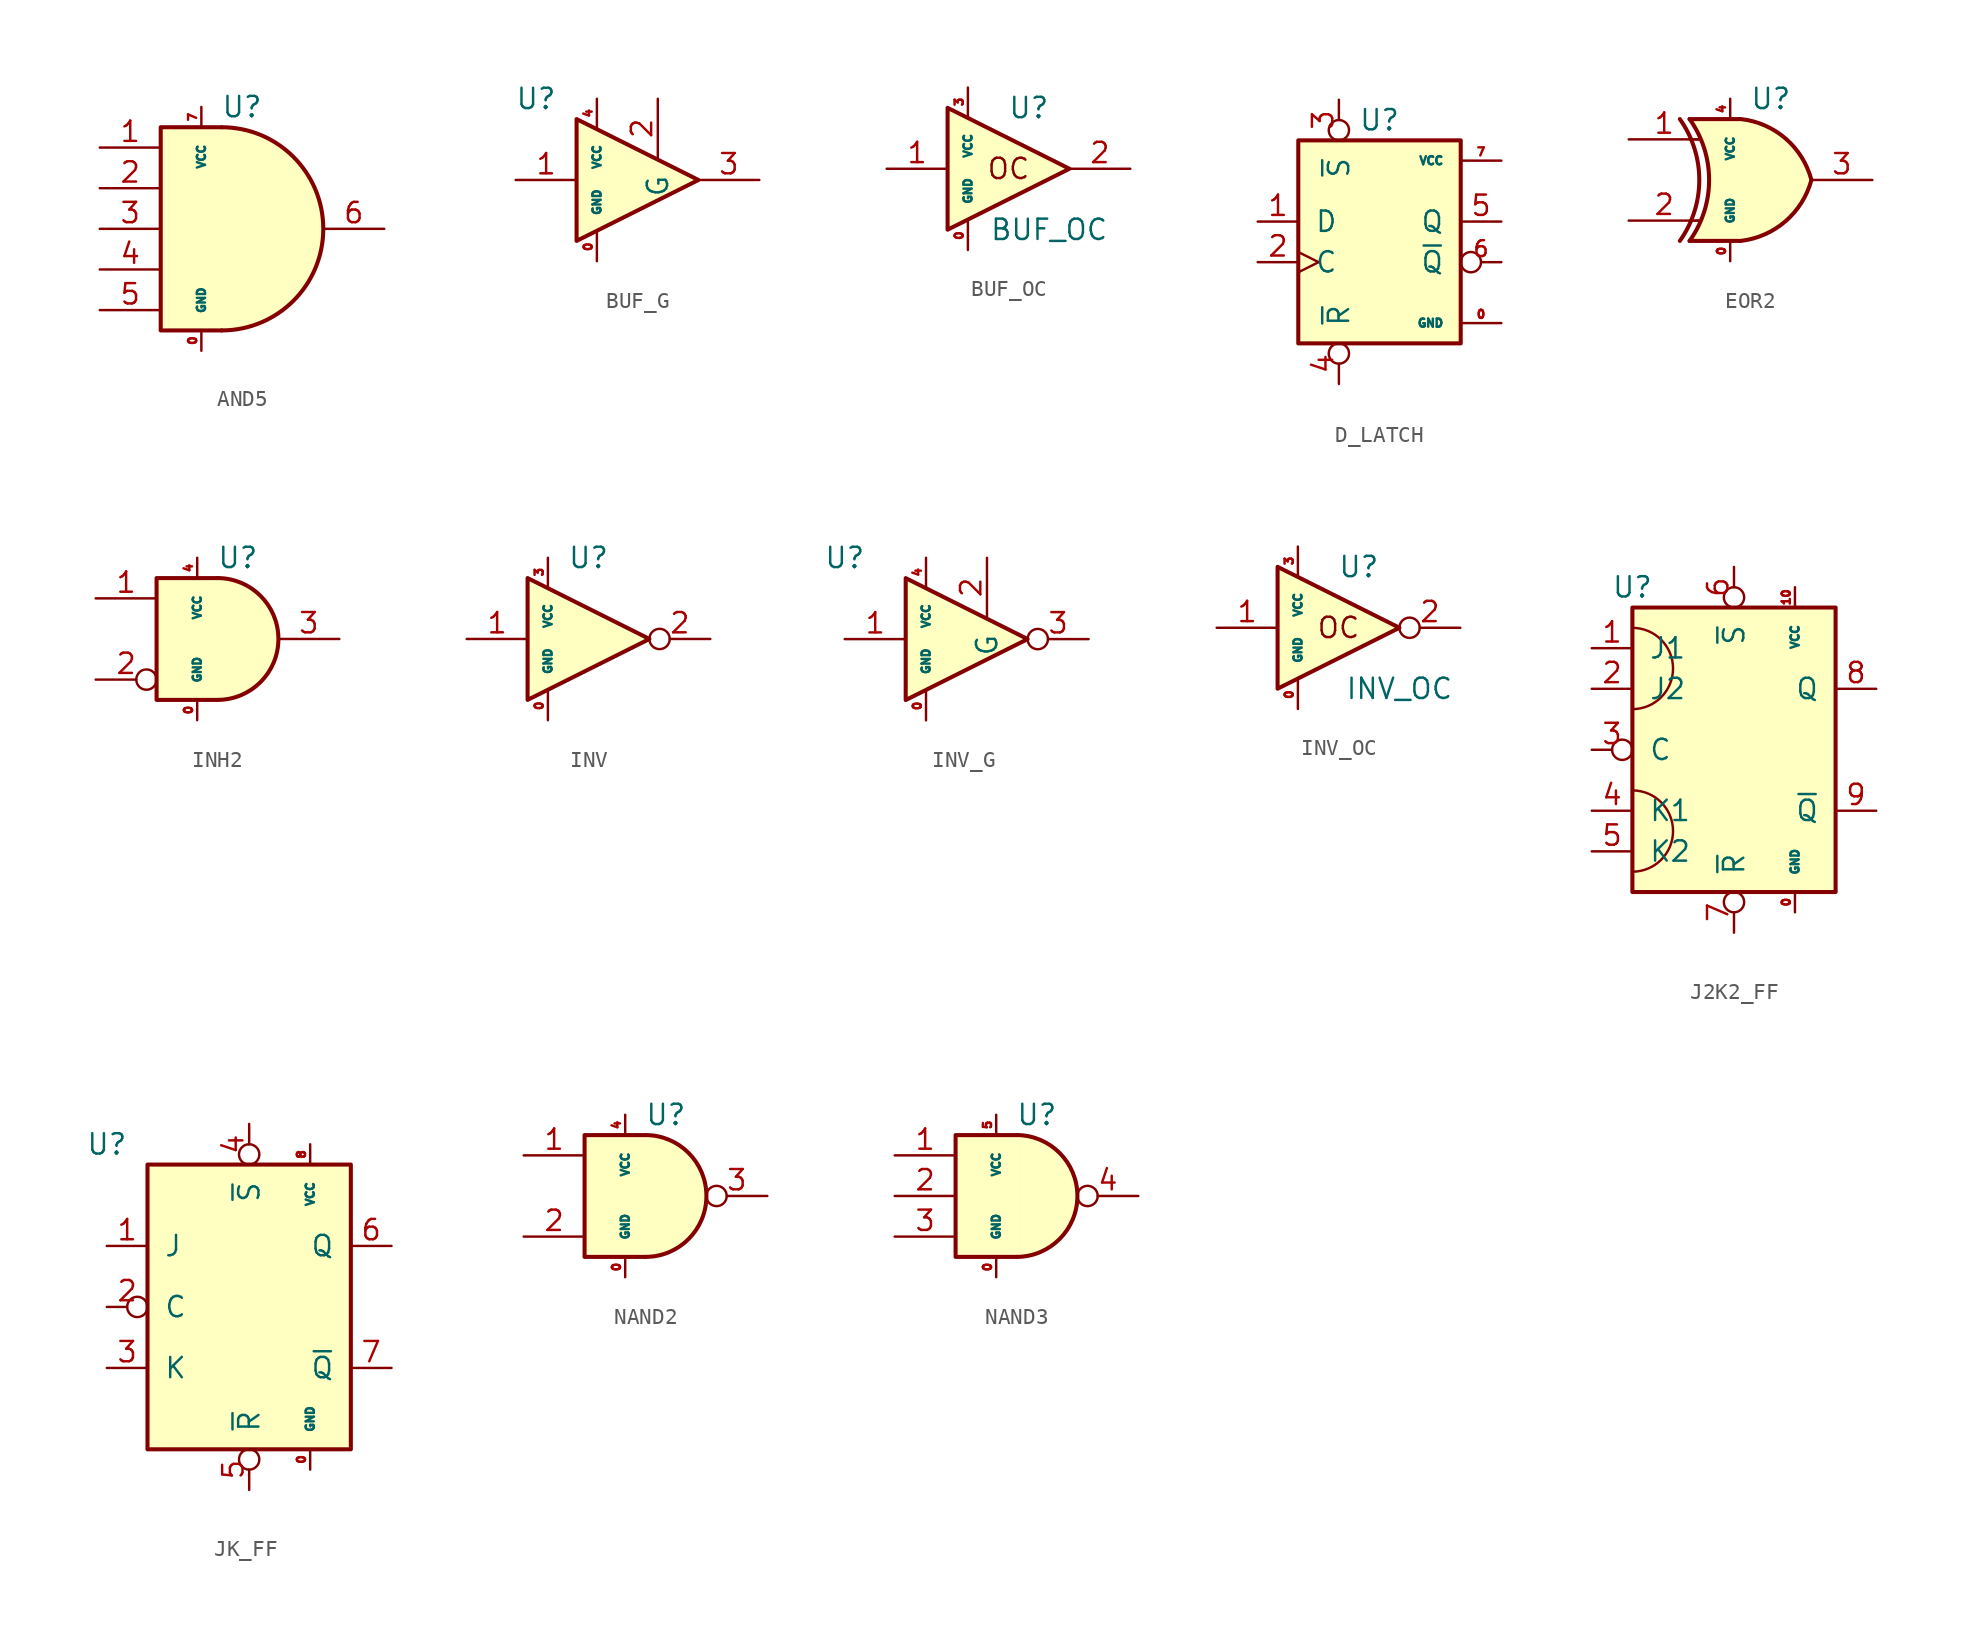
<source format=kicad_sym>
(kicad_symbol_lib
  (version 20231120)
  (generator "kicad_symbol_editor")
  (generator_version "8.0")
  (symbol "AND5"
    (pin_names
      (offset 1.016))
    (property "Reference" "U"
      (at 2.54 7.62 0)
      (effects (font (size 1.27 1.27))))
    (symbol "AND5_1_1"
      (polyline (pts (xy 1.27 6.35) (xy -2.54 6.35) (xy -2.54 -6.35) (xy 1.27 -6.35)) (stroke (width 0.254) (type solid)) (fill (type background)))
      (arc (start 1.27 -6.35) (mid 7.62 0) (end 1.27 6.35) (stroke (width 0.254) (type solid)) (fill (type background)))
      (pin input line (at 0 -7.62 90) (length 1.27) (name "GND" (effects (font (size 0.508 0.508)))) (number "0" (effects (font (size 0.508 0.508)))))
      (pin input line (at -6.35 5.08 0) (length 3.81) (name "~" (effects (font (size 1.27 1.27)))) (number "1" (effects (font (size 1.27 1.27)))))
      (pin input line (at -6.35 2.54 0) (length 3.81) (name "~" (effects (font (size 1.27 1.27)))) (number "2" (effects (font (size 1.27 1.27)))))
      (pin input line (at -6.35 0 0) (length 3.81) (name "~" (effects (font (size 1.27 1.27)))) (number "3" (effects (font (size 1.27 1.27)))))
      (pin input line (at -6.35 -2.54 0) (length 3.81) (name "~" (effects (font (size 1.27 1.27)))) (number "4" (effects (font (size 1.27 1.27)))))
      (pin input line (at -6.35 -5.08 0) (length 3.81) (name "~" (effects (font (size 1.27 1.27)))) (number "5" (effects (font (size 1.27 1.27)))))
      (pin output line (at 11.43 0 180) (length 3.81) (name "~" (effects (font (size 1.27 1.27)))) (number "6" (effects (font (size 1.27 1.27)))))
      (pin input line (at 0 7.62 270) (length 1.27) (name "VCC" (effects (font (size 0.508 0.508)))) (number "7" (effects (font (size 0.508 0.508)))))))
  (symbol "BUF_G"
    (pin_names
      (offset 1.016))
    (property "Reference" "U"
      (at -3.81 5.08 0)
      (effects (font (size 1.27 1.27))))
    (symbol "BUF_G_1_1"
      (polyline (pts (xy -1.27 3.81) (xy -1.27 -3.81) (xy 6.35 0) (xy -1.27 3.81)) (stroke (width 0.254) (type solid)) (fill (type background)))
      (pin input line (at 0 -5.08 90) (length 1.803) (name "GND" (effects (font (size 0.508 0.508)))) (number "0" (effects (font (size 0.508 0.508)))))
      (pin input line (at -5.08 0 0) (length 3.81) (name "~" (effects (font (size 1.27 1.27)))) (number "1" (effects (font (size 1.27 1.27)))))
      (pin input line (at 3.81 5.08 270) (length 3.708) (name "G" (effects (font (size 1.27 1.27)))) (number "2" (effects (font (size 1.27 1.27)))))
      (pin output line (at 10.16 0 180) (length 3.81) (name "~" (effects (font (size 1.27 1.27)))) (number "3" (effects (font (size 1.27 1.27)))))
      (pin input line (at 0 5.08 270) (length 1.803) (name "VCC" (effects (font (size 0.508 0.508)))) (number "4" (effects (font (size 0.508 0.508)))))))
  (symbol "BUF_OC"
    (pin_names
      (offset 1.016))
    (property "Reference" "U"
      (at 1.27 3.81 0)
      (effects (font (size 1.27 1.27))))
    (property "Value" "BUF_OC"
      (at 2.54 -3.81 0)
      (effects (font (size 1.27 1.27))))
    (symbol "BUF_OC_0_0"
      (text "OC" (at 0 0 0) (effects (font (size 1.27 1.27)))))
    (symbol "BUF_OC_1_1"
      (polyline (pts (xy -3.81 3.81) (xy -3.81 -3.81) (xy 3.81 0) (xy -3.81 3.81)) (stroke (width 0.254) (type solid)) (fill (type background)))
      (pin input line (at -2.54 -5.08 90) (length 1.803) (name "GND" (effects (font (size 0.508 0.508)))) (number "0" (effects (font (size 0.508 0.508)))))
      (pin input line (at -7.62 0 0) (length 3.81) (name "~" (effects (font (size 1.27 1.27)))) (number "1" (effects (font (size 1.27 1.27)))))
      (pin output line (at 7.62 0 180) (length 3.81) (name "~" (effects (font (size 1.27 1.27)))) (number "2" (effects (font (size 1.27 1.27)))))
      (pin input line (at -2.54 5.08 270) (length 1.803) (name "VCC" (effects (font (size 0.508 0.508)))) (number "3" (effects (font (size 0.508 0.508)))))))
  (symbol "D_LATCH"
    (pin_names
      (offset 1.016))
    (property "Reference" "U"
      (at 0 6.35 0)
      (effects (font (size 1.27 1.27))))
    (symbol "D_LATCH_1_1"
      (rectangle (start -5.08 5.08) (end 5.08 -7.62) (stroke (width 0.254) (type solid)) (fill (type background)))
      (pin input line (at 7.62 -6.35 180) (length 2.54) (name "GND" (effects (font (size 0.508 0.508)))) (number "0" (effects (font (size 0.508 0.508)))))
      (pin input line (at -7.62 0 0) (length 2.54) (name "D" (effects (font (size 1.27 1.27)))) (number "1" (effects (font (size 1.27 1.27)))))
      (pin input clock (at -7.62 -2.54 0) (length 2.54) (name "C" (effects (font (size 1.27 1.27)))) (number "2" (effects (font (size 1.27 1.27)))))
      (pin input inverted (at -2.54 7.62 270) (length 2.54) (name "~{S}" (effects (font (size 1.27 1.27)))) (number "3" (effects (font (size 1.27 1.27)))))
      (pin input inverted (at -2.54 -10.16 90) (length 2.54) (name "~{R}" (effects (font (size 1.27 1.27)))) (number "4" (effects (font (size 1.27 1.27)))))
      (pin output line (at 7.62 0 180) (length 2.54) (name "Q" (effects (font (size 1.27 1.27)))) (number "5" (effects (font (size 1.27 1.27)))))
      (pin output inverted (at 7.62 -2.54 180) (length 2.54) (name "~{Q}" (effects (font (size 1.27 1.27)))) (number "6" (effects (font (size 0.991 0.991)))))
      (pin input line (at 7.62 3.81 180) (length 2.54) (name "VCC" (effects (font (size 0.508 0.508)))) (number "7" (effects (font (size 0.508 0.508)))))))
  (symbol "EOR2"
    (pin_names
      (offset 1.016))
    (property "Reference" "U"
      (at 2.54 5.08 0)
      (effects (font (size 1.27 1.27))))
    (symbol "EOR2_1_1"
      (arc (start -3.1496 -3.81) (mid -1.9333 0) (end -3.1496 3.81) (stroke (width 0.254) (type solid)) (fill (type none)))
      (arc (start -2.54 -3.81) (mid -1.319 0) (end -2.54 3.81) (stroke (width 0.254) (type solid)) (fill (type none)))
      (polyline (pts (xy -2.54 -3.81) (xy 0.635 -3.81)) (stroke (width 0.254) (type solid)) (fill (type background)))
      (polyline (pts (xy -2.54 -2.54) (xy -1.905 -2.54)) (stroke (width 0.152) (type solid)) (fill (type none)))
      (polyline (pts (xy -2.54 2.54) (xy -1.905 2.54)) (stroke (width 0.152) (type solid)) (fill (type none)))
      (polyline (pts (xy -2.54 3.81) (xy 0.635 3.81)) (stroke (width 0.254) (type solid)) (fill (type background)))
      (polyline (pts (xy 0.635 3.81) (xy -2.54 3.81) (xy -2.54 3.81) (xy -2.286 3.404) (xy -1.753 2.261) (xy -1.422 1.041) (xy -1.346 -0.254) (xy -1.499 -1.499) (xy -1.905 -2.718) (xy -2.54 -3.81) (xy -2.54 -3.81) (xy 0.635 -3.81)) (stroke (width -25.4) (type solid)) (fill (type background)))
      (arc (start 0.6604 -3.81) (mid 3.4542 -2.5851) (end 5.08 0) (stroke (width 0.254) (type solid)) (fill (type background)))
      (arc (start 5.08 0) (mid 3.4615 2.5936) (end 0.6604 3.81) (stroke (width 0.254) (type solid)) (fill (type background)))
      (pin input line (at 0 -5.08 90) (length 1.27) (name "GND" (effects (font (size 0.508 0.508)))) (number "0" (effects (font (size 0.508 0.508)))))
      (pin input line (at -6.35 2.54 0) (length 4.445) (name "~" (effects (font (size 1.27 1.27)))) (number "1" (effects (font (size 1.27 1.27)))))
      (pin input line (at -6.35 -2.54 0) (length 4.445) (name "~" (effects (font (size 1.27 1.27)))) (number "2" (effects (font (size 1.27 1.27)))))
      (pin output line (at 8.89 0 180) (length 3.81) (name "~" (effects (font (size 1.27 1.27)))) (number "3" (effects (font (size 1.27 1.27)))))
      (pin input line (at 0 5.08 270) (length 1.27) (name "VCC" (effects (font (size 0.508 0.508)))) (number "4" (effects (font (size 0.508 0.508)))))))
  (symbol "INH2"
    (pin_names
      (offset 1.016))
    (property "Reference" "U"
      (at 2.54 5.08 0)
      (effects (font (size 1.27 1.27))))
    (symbol "INH2_1_1"
      (polyline (pts (xy 1.27 3.81) (xy -2.54 3.81) (xy -2.54 -3.81) (xy 1.27 -3.81)) (stroke (width 0.254) (type solid)) (fill (type background)))
      (arc (start 1.27 -3.81) (mid 5.08 0) (end 1.27 3.81) (stroke (width 0.254) (type solid)) (fill (type background)))
      (pin input line (at 0 -5.08 90) (length 1.27) (name "GND" (effects (font (size 0.508 0.508)))) (number "0" (effects (font (size 0.508 0.508)))))
      (pin input line (at -6.35 2.54 0) (length 3.81) (name "~" (effects (font (size 1.27 1.27)))) (number "1" (effects (font (size 1.27 1.27)))))
      (pin input inverted (at -6.35 -2.54 0) (length 3.81) (name "~" (effects (font (size 1.27 1.27)))) (number "2" (effects (font (size 1.27 1.27)))))
      (pin output line (at 8.89 0 180) (length 3.81) (name "~" (effects (font (size 1.27 1.27)))) (number "3" (effects (font (size 1.27 1.27)))))
      (pin input line (at 0 5.08 270) (length 1.27) (name "VCC" (effects (font (size 0.508 0.508)))) (number "4" (effects (font (size 0.508 0.508)))))))
  (symbol "INV"
    (pin_names
      (offset 1.016))
    (property "Reference" "U"
      (at 2.54 5.08 0)
      (effects (font (size 1.27 1.27))))
    (symbol "INV_1_1"
      (polyline (pts (xy -1.27 3.81) (xy -1.27 -3.81) (xy 6.35 0) (xy -1.27 3.81)) (stroke (width 0.254) (type solid)) (fill (type background)))
      (pin input line (at 0 -5.08 90) (length 1.803) (name "GND" (effects (font (size 0.508 0.508)))) (number "0" (effects (font (size 0.508 0.508)))))
      (pin input line (at -5.08 0 0) (length 3.81) (name "~" (effects (font (size 1.27 1.27)))) (number "1" (effects (font (size 1.27 1.27)))))
      (pin output inverted (at 10.16 0 180) (length 3.81) (name "~" (effects (font (size 1.27 1.27)))) (number "2" (effects (font (size 1.27 1.27)))))
      (pin input line (at 0 5.08 270) (length 1.803) (name "VCC" (effects (font (size 0.508 0.508)))) (number "3" (effects (font (size 0.508 0.508)))))))
  (symbol "INV_G"
    (pin_names
      (offset 1.016))
    (property "Reference" "U"
      (at -5.08 5.08 0)
      (effects (font (size 1.27 1.27))))
    (symbol "INV_G_1_1"
      (polyline (pts (xy -1.27 3.81) (xy -1.27 -3.81) (xy 6.35 0) (xy -1.27 3.81)) (stroke (width 0.254) (type solid)) (fill (type background)))
      (pin input line (at 0 -5.08 90) (length 1.803) (name "GND" (effects (font (size 0.508 0.508)))) (number "0" (effects (font (size 0.508 0.508)))))
      (pin input line (at -5.08 0 0) (length 3.81) (name "~" (effects (font (size 1.27 1.27)))) (number "1" (effects (font (size 1.27 1.27)))))
      (pin input line (at 3.81 5.08 270) (length 3.708) (name "G" (effects (font (size 1.27 1.27)))) (number "2" (effects (font (size 1.27 1.27)))))
      (pin output inverted (at 10.16 0 180) (length 3.81) (name "~" (effects (font (size 1.27 1.27)))) (number "3" (effects (font (size 1.27 1.27)))))
      (pin input line (at 0 5.08 270) (length 1.803) (name "VCC" (effects (font (size 0.508 0.508)))) (number "4" (effects (font (size 0.508 0.508)))))))
  (symbol "INV_OC"
    (pin_names
      (offset 1.016))
    (property "Reference" "U"
      (at 2.54 3.81 0)
      (effects (font (size 1.27 1.27))))
    (property "Value" "INV_OC"
      (at 5.08 -3.81 0)
      (effects (font (size 1.27 1.27))))
    (symbol "INV_OC_0_0"
      (text "OC" (at 1.27 0 0) (effects (font (size 1.27 1.27)))))
    (symbol "INV_OC_1_1"
      (polyline (pts (xy -2.54 3.81) (xy -2.54 -3.81) (xy 5.08 0) (xy -2.54 3.81)) (stroke (width 0.254) (type solid)) (fill (type background)))
      (pin input line (at -1.27 -5.08 90) (length 1.803) (name "GND" (effects (font (size 0.508 0.508)))) (number "0" (effects (font (size 0.508 0.508)))))
      (pin input line (at -6.35 0 0) (length 3.81) (name "~" (effects (font (size 1.27 1.27)))) (number "1" (effects (font (size 1.27 1.27)))))
      (pin output inverted (at 8.89 0 180) (length 3.81) (name "~" (effects (font (size 1.27 1.27)))) (number "2" (effects (font (size 1.27 1.27)))))
      (pin input line (at -1.27 5.08 270) (length 1.803) (name "VCC" (effects (font (size 0.508 0.508)))) (number "3" (effects (font (size 0.508 0.508)))))))
  (symbol "J2K2_FF"
    (pin_names
      (offset 1.016))
    (property "Reference" "U"
      (at -6.35 10.16 0)
      (effects (font (size 1.27 1.27))))
    (symbol "J2K2_FF_0_1"
      (arc (start -6.35 -7.62) (mid -3.81 -5.08) (end -6.35 -2.54) (stroke (width 0) (type solid)) (fill (type none)))
      (arc (start -6.35 2.54) (mid -3.81 5.08) (end -6.35 7.62) (stroke (width 0) (type solid)) (fill (type none))))
    (symbol "J2K2_FF_1_1"
      (rectangle (start -6.35 8.89) (end 6.35 -8.89) (stroke (width 0.254) (type solid)) (fill (type background)))
      (pin input line (at 3.81 -10.16 90) (length 1.27) (name "GND" (effects (font (size 0.508 0.508)))) (number "0" (effects (font (size 0.508 0.508)))))
      (pin input line (at -8.89 6.35 0) (length 2.54) (name "J1" (effects (font (size 1.27 1.27)))) (number "1" (effects (font (size 1.27 1.27)))))
      (pin input line (at 3.81 10.16 270) (length 1.27) (name "VCC" (effects (font (size 0.508 0.508)))) (number "10" (effects (font (size 0.508 0.508)))))
      (pin input line (at -8.89 3.81 0) (length 2.54) (name "J2" (effects (font (size 1.27 1.27)))) (number "2" (effects (font (size 1.27 1.27)))))
      (pin input inverted (at -8.89 0 0) (length 2.54) (name "C" (effects (font (size 1.27 1.27)))) (number "3" (effects (font (size 1.27 1.27)))))
      (pin input line (at -8.89 -3.81 0) (length 2.54) (name "K1" (effects (font (size 1.27 1.27)))) (number "4" (effects (font (size 1.27 1.27)))))
      (pin input line (at -8.89 -6.35 0) (length 2.54) (name "K2" (effects (font (size 1.27 1.27)))) (number "5" (effects (font (size 1.27 1.27)))))
      (pin input inverted (at 0 11.43 270) (length 2.54) (name "~{S}" (effects (font (size 1.27 1.27)))) (number "6" (effects (font (size 1.27 1.27)))))
      (pin input inverted (at 0 -11.43 90) (length 2.54) (name "~{R}" (effects (font (size 1.27 1.27)))) (number "7" (effects (font (size 1.27 1.27)))))
      (pin output line (at 8.89 3.81 180) (length 2.54) (name "Q" (effects (font (size 1.27 1.27)))) (number "8" (effects (font (size 1.27 1.27)))))
      (pin output line (at 8.89 -3.81 180) (length 2.54) (name "~{Q}" (effects (font (size 1.27 1.27)))) (number "9" (effects (font (size 1.27 1.27)))))))
  (symbol "JK_FF"
    (pin_names
      (offset 1.016))
    (property "Reference" "U"
      (at -8.89 10.16 0)
      (effects (font (size 1.27 1.27))))
    (symbol "JK_FF_1_1"
      (rectangle (start -6.35 8.89) (end 6.35 -8.89) (stroke (width 0.254) (type solid)) (fill (type background)))
      (pin input line (at 3.81 -10.16 90) (length 1.27) (name "GND" (effects (font (size 0.508 0.508)))) (number "0" (effects (font (size 0.508 0.508)))))
      (pin input line (at -8.89 3.81 0) (length 2.54) (name "J" (effects (font (size 1.27 1.27)))) (number "1" (effects (font (size 1.27 1.27)))))
      (pin input inverted (at -8.89 0 0) (length 2.54) (name "C" (effects (font (size 1.27 1.27)))) (number "2" (effects (font (size 1.27 1.27)))))
      (pin input line (at -8.89 -3.81 0) (length 2.54) (name "K" (effects (font (size 1.27 1.27)))) (number "3" (effects (font (size 1.27 1.27)))))
      (pin input inverted (at 0 11.43 270) (length 2.54) (name "~{S}" (effects (font (size 1.27 1.27)))) (number "4" (effects (font (size 1.27 1.27)))))
      (pin input inverted (at 0 -11.43 90) (length 2.54) (name "~{R}" (effects (font (size 1.27 1.27)))) (number "5" (effects (font (size 1.27 1.27)))))
      (pin output line (at 8.89 3.81 180) (length 2.54) (name "Q" (effects (font (size 1.27 1.27)))) (number "6" (effects (font (size 1.27 1.27)))))
      (pin output line (at 8.89 -3.81 180) (length 2.54) (name "~{Q}" (effects (font (size 1.27 1.27)))) (number "7" (effects (font (size 1.27 1.27)))))
      (pin input line (at 3.81 10.16 270) (length 1.27) (name "VCC" (effects (font (size 0.508 0.508)))) (number "8" (effects (font (size 0.508 0.508)))))))
  (symbol "NAND2"
    (pin_names
      (offset 1.016))
    (property "Reference" "U"
      (at 2.54 5.08 0)
      (effects (font (size 1.27 1.27))))
    (symbol "NAND2_1_1"
      (polyline (pts (xy 1.27 3.81) (xy -2.54 3.81) (xy -2.54 -3.81) (xy 1.27 -3.81)) (stroke (width 0.254) (type solid)) (fill (type background)))
      (arc (start 1.27 -3.81) (mid 5.08 0) (end 1.27 3.81) (stroke (width 0.254) (type solid)) (fill (type background)))
      (pin input line (at 0 -5.08 90) (length 1.27) (name "GND" (effects (font (size 0.508 0.508)))) (number "0" (effects (font (size 0.508 0.508)))))
      (pin input line (at -6.35 2.54 0) (length 3.81) (name "~" (effects (font (size 1.27 1.27)))) (number "1" (effects (font (size 1.27 1.27)))))
      (pin input line (at -6.35 -2.54 0) (length 3.81) (name "~" (effects (font (size 1.27 1.27)))) (number "2" (effects (font (size 1.27 1.27)))))
      (pin output inverted (at 8.89 0 180) (length 3.81) (name "~" (effects (font (size 1.27 1.27)))) (number "3" (effects (font (size 1.27 1.27)))))
      (pin input line (at 0 5.08 270) (length 1.27) (name "VCC" (effects (font (size 0.508 0.508)))) (number "4" (effects (font (size 0.508 0.508)))))))
  (symbol "NAND3"
    (pin_names
      (offset 1.016))
    (property "Reference" "U"
      (at 2.54 5.08 0)
      (effects (font (size 1.27 1.27))))
    (symbol "NAND3_1_1"
      (polyline (pts (xy 1.27 3.81) (xy -2.54 3.81) (xy -2.54 -3.81) (xy 1.27 -3.81)) (stroke (width 0.254) (type solid)) (fill (type background)))
      (arc (start 1.27 -3.81) (mid 5.08 0) (end 1.27 3.81) (stroke (width 0.254) (type solid)) (fill (type background)))
      (pin input line (at 0 -5.08 90) (length 1.27) (name "GND" (effects (font (size 0.508 0.508)))) (number "0" (effects (font (size 0.508 0.508)))))
      (pin input line (at -6.35 2.54 0) (length 3.81) (name "~" (effects (font (size 1.27 1.27)))) (number "1" (effects (font (size 1.27 1.27)))))
      (pin input line (at -6.35 0 0) (length 3.81) (name "~" (effects (font (size 1.27 1.27)))) (number "2" (effects (font (size 1.27 1.27)))))
      (pin input line (at -6.35 -2.54 0) (length 3.81) (name "~" (effects (font (size 1.27 1.27)))) (number "3" (effects (font (size 1.27 1.27)))))
      (pin output inverted (at 8.89 0 180) (length 3.81) (name "~" (effects (font (size 1.27 1.27)))) (number "4" (effects (font (size 1.27 1.27)))))
      (pin input line (at 0 5.08 270) (length 1.27) (name "VCC" (effects (font (size 0.508 0.508)))) (number "5" (effects (font (size 0.508 0.508))))))))
</source>
